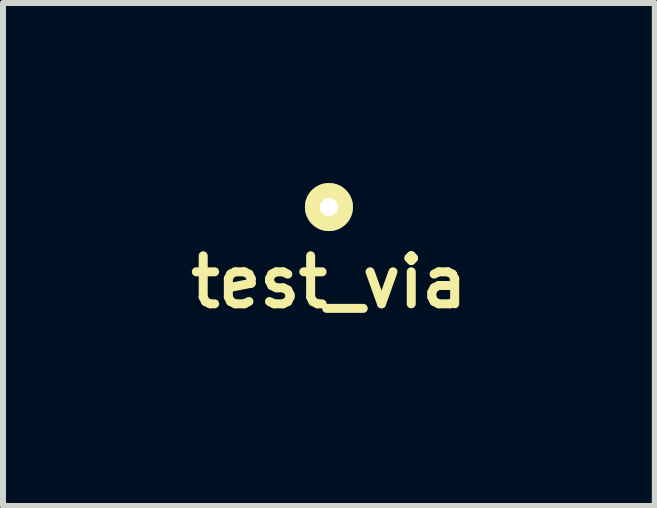
<source format=kicad_pcb>
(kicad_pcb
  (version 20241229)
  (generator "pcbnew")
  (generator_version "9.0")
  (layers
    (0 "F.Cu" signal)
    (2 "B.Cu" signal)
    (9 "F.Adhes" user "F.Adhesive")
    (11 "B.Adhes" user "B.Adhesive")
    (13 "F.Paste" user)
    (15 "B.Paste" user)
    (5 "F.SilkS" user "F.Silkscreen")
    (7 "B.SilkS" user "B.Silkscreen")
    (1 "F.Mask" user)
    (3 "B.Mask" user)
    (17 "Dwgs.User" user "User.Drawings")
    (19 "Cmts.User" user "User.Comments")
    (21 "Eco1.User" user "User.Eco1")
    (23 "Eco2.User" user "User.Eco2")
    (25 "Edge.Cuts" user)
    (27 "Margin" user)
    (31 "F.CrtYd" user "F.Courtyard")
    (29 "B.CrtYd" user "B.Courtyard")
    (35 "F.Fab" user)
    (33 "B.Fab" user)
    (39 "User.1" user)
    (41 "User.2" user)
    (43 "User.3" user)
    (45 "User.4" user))
  (footprint "test_via"
    (layer "F.Cu")
    (at 2.431 0.4)
    (property "Reference" "test_via" (at 0 1.25 0) (layer "F.SilkS") (effects (font (size 0.8 0.8) (thickness 0.15))))
    (attr through_hole)
    (pad "1" thru_hole circle (at 0 0) (size 0.8 0.8) (drill 0.3) (layers "*.Cu" "*.Mask" "F.SilkS")))
  (gr_rect
    (start -3 -3)
    (end 7.861 5.381)
    (stroke (width 0.1) (type default))
    (fill no)
    (layer "Edge.Cuts")))
</source>
